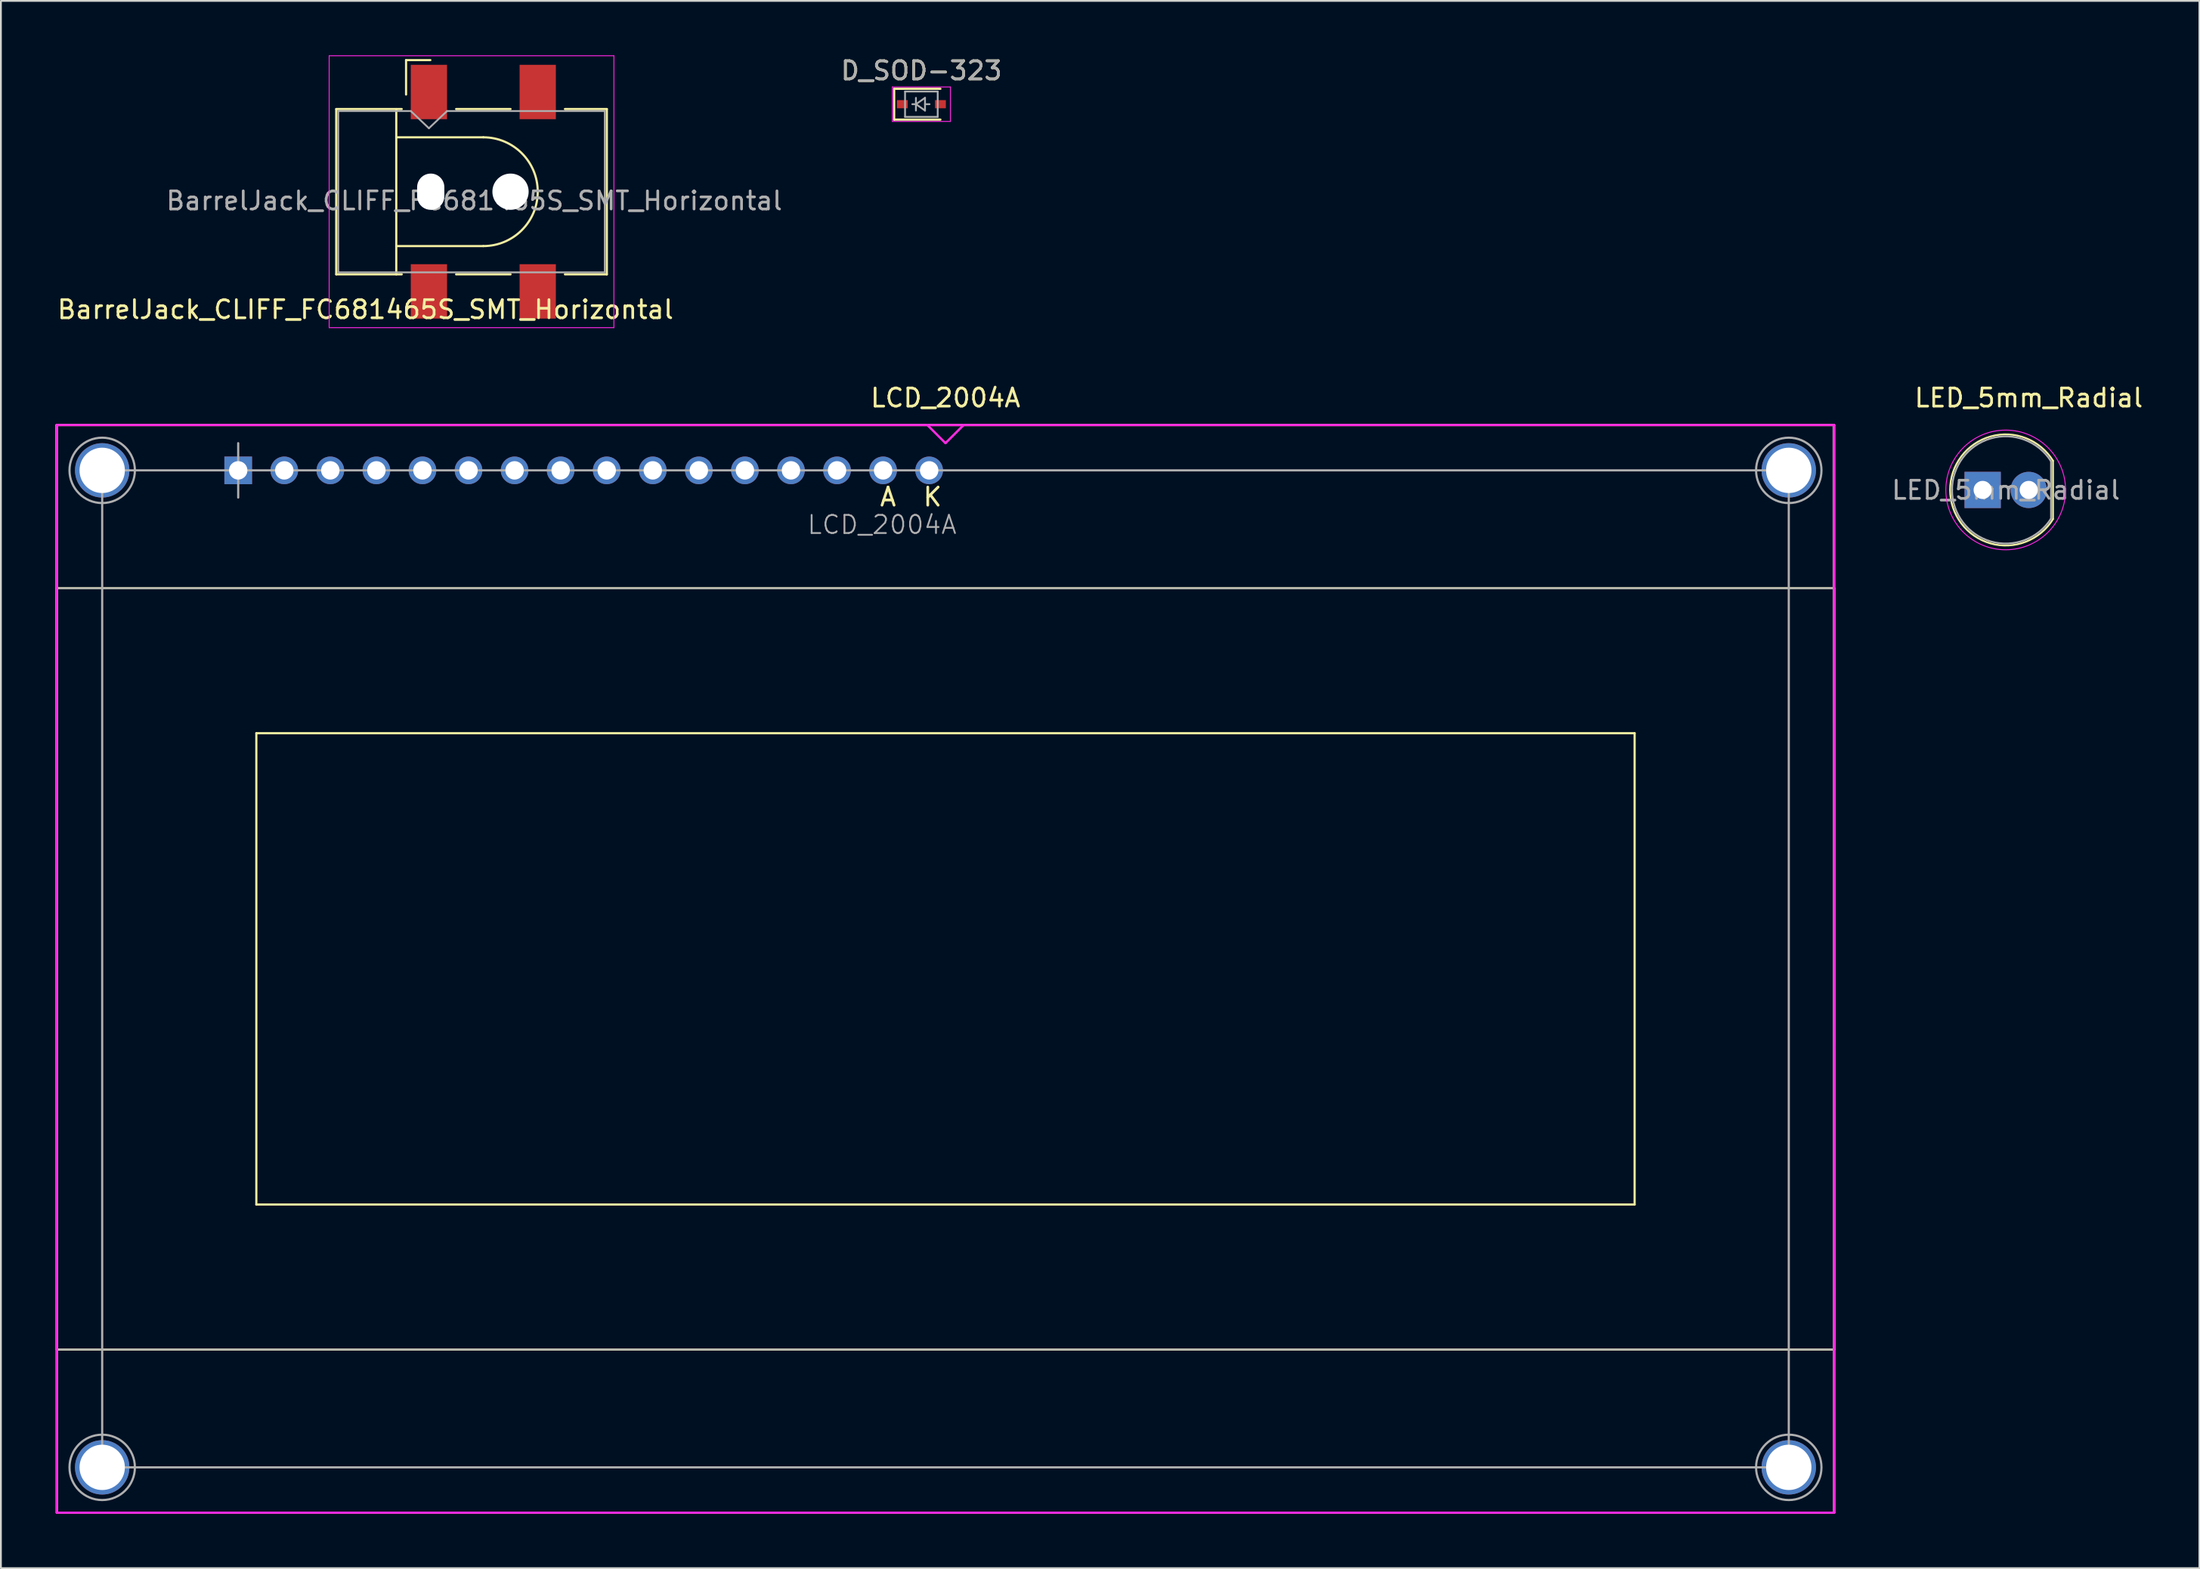
<source format=kicad_pcb>
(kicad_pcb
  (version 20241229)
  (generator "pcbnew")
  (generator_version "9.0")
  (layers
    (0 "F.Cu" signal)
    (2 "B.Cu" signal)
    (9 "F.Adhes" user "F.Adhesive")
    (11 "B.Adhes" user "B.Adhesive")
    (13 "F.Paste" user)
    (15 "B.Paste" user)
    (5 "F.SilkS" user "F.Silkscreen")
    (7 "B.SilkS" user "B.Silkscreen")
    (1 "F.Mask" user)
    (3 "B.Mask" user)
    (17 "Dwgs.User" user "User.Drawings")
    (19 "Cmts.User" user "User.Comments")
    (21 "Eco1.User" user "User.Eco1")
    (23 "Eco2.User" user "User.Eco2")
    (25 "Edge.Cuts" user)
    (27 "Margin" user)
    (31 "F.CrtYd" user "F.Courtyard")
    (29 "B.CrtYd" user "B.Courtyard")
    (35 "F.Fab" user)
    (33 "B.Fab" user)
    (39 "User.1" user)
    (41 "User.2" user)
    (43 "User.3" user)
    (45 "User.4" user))
  (footprint "BarrelJack_CLIFF_FC681465S_SMT_Horizontal"
    (layer "F.Cu")
    (at 23.601 7.525)
    (property "Reference" "BarrelJack_CLIFF_FC681465S_SMT_Horizontal" (at -6.5 6.5 180) (layer "F.SilkS") (effects (font (size 1 1) (thickness 0.15))))
    (attr smd)
    (fp_line (start -8.11 -4.56) (end -4.5 -4.56) (stroke (width 0.12) (type solid)) (layer "F.SilkS"))
    (fp_line (start -8.11 4.56) (end -8.11 -4.56) (stroke (width 0.12) (type solid)) (layer "F.SilkS"))
    (fp_line (start -8.11 4.56) (end -4.5 4.56) (stroke (width 0.12) (type solid)) (layer "F.SilkS"))
    (fp_line (start -4.8 -3) (end 0 -3) (stroke (width 0.12) (type solid)) (layer "F.SilkS"))
    (fp_line (start -4.8 3) (end 0 3) (stroke (width 0.12) (type solid)) (layer "F.SilkS"))
    (fp_line (start -4.8 4.56) (end -4.8 -4.56) (stroke (width 0.12) (type solid)) (layer "F.SilkS"))
    (fp_line (start -4.26 -7.26) (end -4.26 -5.36) (stroke (width 0.12) (type solid)) (layer "F.SilkS"))
    (fp_line (start -2.92 -7.26) (end -4.26 -7.26) (stroke (width 0.12) (type solid)) (layer "F.SilkS"))
    (fp_line (start -1.5 -4.56) (end 1.5 -4.56) (stroke (width 0.12) (type solid)) (layer "F.SilkS"))
    (fp_line (start -1.5 4.56) (end 1.5 4.56) (stroke (width 0.12) (type solid)) (layer "F.SilkS"))
    (fp_line (start 4.5 -4.56) (end 6.81 -4.56) (stroke (width 0.12) (type solid)) (layer "F.SilkS"))
    (fp_line (start 4.5 4.56) (end 6.81 4.56) (stroke (width 0.12) (type solid)) (layer "F.SilkS"))
    (fp_line (start 6.81 4.56) (end 6.81 -4.56) (stroke (width 0.12) (type solid)) (layer "F.SilkS"))
    (fp_arc (start 0 -3) (mid 3 0) (end 0 3) (stroke (width 0.12) (type solid)) (layer "F.SilkS"))
    (fp_line (start -8.5 -7.5) (end 7.2 -7.5) (stroke (width 0.05) (type solid)) (layer "F.CrtYd"))
    (fp_line (start -8.5 7.5) (end -8.5 -7.5) (stroke (width 0.05) (type solid)) (layer "F.CrtYd"))
    (fp_line (start -8.5 7.5) (end 7.2 7.5) (stroke (width 0.05) (type solid)) (layer "F.CrtYd"))
    (fp_line (start 7.2 7.5) (end 7.2 -7.5) (stroke (width 0.05) (type solid)) (layer "F.CrtYd"))
    (fp_line (start -8 -4.45) (end -4 -4.45) (stroke (width 0.1) (type solid)) (layer "F.Fab"))
    (fp_line (start -8 4.45) (end -8 -4.45) (stroke (width 0.1) (type solid)) (layer "F.Fab"))
    (fp_line (start -8 4.45) (end 6.7 4.45) (stroke (width 0.1) (type solid)) (layer "F.Fab"))
    (fp_line (start -4 -4.45) (end -3 -3.5) (stroke (width 0.1) (type solid)) (layer "F.Fab"))
    (fp_line (start -3 -3.5) (end -2 -4.45) (stroke (width 0.1) (type solid)) (layer "F.Fab"))
    (fp_line (start -2 -4.45) (end 6.7 -4.45) (stroke (width 0.1) (type solid)) (layer "F.Fab"))
    (fp_line (start 6.7 4.45) (end 6.7 -4.45) (stroke (width 0.1) (type solid)) (layer "F.Fab"))
    (fp_text user "${REFERENCE}" (at -0.5 0.5 180) (layer "F.Fab") (effects (font (size 1 1) (thickness 0.15))))
    (pad "" np_thru_hole oval (at -2.9 0 90) (size 2 1.5) (drill oval 2 1.5) (layers "*.Cu" "*.Mask"))
    (pad "" np_thru_hole circle (at 1.5 0 90) (size 2 2) (drill 2) (layers "*.Cu" "*.Mask"))
    (pad "1" smd rect (at 3 -5.5 90) (size 3 2) (layers "F.Cu" "F.Mask" "F.Paste"))
    (pad "2" smd rect (at 3 5.5 90) (size 3 2) (layers "F.Cu" "F.Mask" "F.Paste"))
    (pad "3" smd rect (at -3 5.5 90) (size 3 2) (layers "F.Cu" "F.Mask" "F.Paste"))
    (pad "4" smd rect (at -3 -5.5 90) (size 3 2) (layers "F.Cu" "F.Mask" "F.Paste")))
  (footprint "LED_5mm_Radial"
    (layer "F.Cu")
    (at 108.816 23.978)
    (property "Reference" "LED_5mm_Radial" (at 0 -5.08 0) (layer "F.SilkS") (effects (font (size 1 1) (thickness 0.15))))
    (attr through_hole)
    (fp_line (start 1.34 1.6) (end 1.34 -1.61) (stroke (width 0.1) (type solid)) (layer "F.SilkS"))
    (fp_arc (start 1.341718 1.607211) (mid -4.336626 0.001638) (end 1.34 -1.61) (stroke (width 0.1) (type solid)) (layer "F.SilkS"))
    (fp_circle (center -1.27 0) (end -4.57 0) (stroke (width 0.05) (type solid)) (fill no) (layer "F.CrtYd"))
    (fp_line (start -4.22 -0.01) (end -4.22 -0.01) (stroke (width 0.1) (type solid)) (layer "F.Fab"))
    (fp_line (start 1.23 -1.58) (end 1.23 1.58) (stroke (width 0.1) (type solid)) (layer "F.Fab"))
    (fp_arc (start 1.23 1.58) (mid -4.227431 0) (end 1.23 -1.58) (stroke (width 0.1) (type solid)) (layer "F.Fab"))
    (fp_text user "${REFERENCE}" (at -1.26 0.01 0) (layer "F.Fab") (effects (font (size 1 1) (thickness 0.15))))
    (pad "1" thru_hole rect (at -2.54 0) (size 2 2) (drill 1) (layers "*.Cu" "*.Mask"))
    (pad "2" thru_hole circle (at 0 0) (size 2 2) (drill 1) (layers "*.Cu" "*.Mask")))
  (footprint "D_SOD-323"
    (layer "F.Cu")
    (at 47.756 2.698)
    (property "Reference" "D_SOD-323" (at 0 -1.85 0) (layer "F.SilkS") (effects (font (size 1 1) (thickness 0.15))))
    (attr smd)
    (fp_line (start -1.5 -0.85) (end -1.5 0.85) (stroke (width 0.12) (type solid)) (layer "F.SilkS"))
    (fp_line (start -1.5 -0.85) (end 1.05 -0.85) (stroke (width 0.12) (type solid)) (layer "F.SilkS"))
    (fp_line (start -1.5 0.85) (end 1.05 0.85) (stroke (width 0.12) (type solid)) (layer "F.SilkS"))
    (fp_line (start -1.6 -0.95) (end -1.6 0.95) (stroke (width 0.05) (type solid)) (layer "F.CrtYd"))
    (fp_line (start -1.6 -0.95) (end 1.6 -0.95) (stroke (width 0.05) (type solid)) (layer "F.CrtYd"))
    (fp_line (start -1.6 0.95) (end 1.6 0.95) (stroke (width 0.05) (type solid)) (layer "F.CrtYd"))
    (fp_line (start 1.6 -0.95) (end 1.6 0.95) (stroke (width 0.05) (type solid)) (layer "F.CrtYd"))
    (fp_line (start -0.9 -0.7) (end 0.9 -0.7) (stroke (width 0.1) (type solid)) (layer "F.Fab"))
    (fp_line (start -0.9 0.7) (end -0.9 -0.7) (stroke (width 0.1) (type solid)) (layer "F.Fab"))
    (fp_line (start -0.3 -0.35) (end -0.3 0.35) (stroke (width 0.1) (type solid)) (layer "F.Fab"))
    (fp_line (start -0.3 0) (end -0.5 0) (stroke (width 0.1) (type solid)) (layer "F.Fab"))
    (fp_line (start -0.3 0) (end 0.2 -0.35) (stroke (width 0.1) (type solid)) (layer "F.Fab"))
    (fp_line (start 0.2 -0.35) (end 0.2 0.35) (stroke (width 0.1) (type solid)) (layer "F.Fab"))
    (fp_line (start 0.2 0) (end 0.45 0) (stroke (width 0.1) (type solid)) (layer "F.Fab"))
    (fp_line (start 0.2 0.35) (end -0.3 0) (stroke (width 0.1) (type solid)) (layer "F.Fab"))
    (fp_line (start 0.9 -0.7) (end 0.9 0.7) (stroke (width 0.1) (type solid)) (layer "F.Fab"))
    (fp_line (start 0.9 0.7) (end -0.9 0.7) (stroke (width 0.1) (type solid)) (layer "F.Fab"))
    (fp_text user "${REFERENCE}" (at 0 -1.85 0) (layer "F.Fab") (effects (font (size 1 1) (thickness 0.15))))
    (pad "A" smd rect (at 1.05 0) (size 0.6 0.45) (layers "F.Cu" "F.Mask" "F.Paste"))
    (pad "K" smd rect (at -1.05 0) (size 0.6 0.45) (layers "F.Cu" "F.Mask" "F.Paste")))
  (footprint "LCD_2004A"
    (layer "F.Cu")
    (at 49.085 50.398)
    (property "Reference" "LCD_2004A" (at 0 -31.5 180) (layer "F.SilkS") (effects (font (size 1 1) (thickness 0.15))))
    (attr through_hole)
    (fp_line (start -49 -30) (end -49 30) (stroke (width 0.12) (type solid)) (layer "F.SilkS"))
    (fp_line (start -49 -21) (end -49 21) (stroke (width 0.12) (type solid)) (layer "F.SilkS"))
    (fp_line (start -49 21) (end 49 21) (stroke (width 0.12) (type solid)) (layer "F.SilkS"))
    (fp_line (start -49 30) (end 49 30) (stroke (width 0.12) (type solid)) (layer "F.SilkS"))
    (fp_line (start -38 -13) (end -38 13) (stroke (width 0.12) (type solid)) (layer "F.SilkS"))
    (fp_line (start -38 13) (end 38 13) (stroke (width 0.12) (type solid)) (layer "F.SilkS"))
    (fp_line (start 32 30) (end -30 30) (stroke (width 0.12) (type solid)) (layer "F.SilkS"))
    (fp_line (start 38 -13) (end -38 -13) (stroke (width 0.12) (type solid)) (layer "F.SilkS"))
    (fp_line (start 38 13) (end 38 -13) (stroke (width 0.12) (type solid)) (layer "F.SilkS"))
    (fp_line (start 49 -30) (end -49 -30) (stroke (width 0.12) (type solid)) (layer "F.SilkS"))
    (fp_line (start 49 -21) (end -49 -21) (stroke (width 0.12) (type solid)) (layer "F.SilkS"))
    (fp_line (start 49 21) (end 49 -21) (stroke (width 0.12) (type solid)) (layer "F.SilkS"))
    (fp_line (start 49 30) (end 49 -30) (stroke (width 0.12) (type solid)) (layer "F.SilkS"))
    (fp_line (start -49 -30) (end -49 30) (stroke (width 0.12) (type solid)) (layer "F.CrtYd"))
    (fp_line (start -49 30) (end 49 30) (stroke (width 0.12) (type solid)) (layer "F.CrtYd"))
    (fp_line (start -1 -30) (end 0 -29) (stroke (width 0.12) (type solid)) (layer "F.CrtYd"))
    (fp_line (start 0 -29) (end 1 -30) (stroke (width 0.12) (type solid)) (layer "F.CrtYd"))
    (fp_line (start 49 -30) (end -49 -30) (stroke (width 0.12) (type solid)) (layer "F.CrtYd"))
    (fp_line (start 49 30) (end 49 -30) (stroke (width 0.12) (type solid)) (layer "F.CrtYd"))
    (fp_line (start -49.025 -29.997) (end -49 30) (stroke (width 0.12) (type solid)) (layer "F.Fab"))
    (fp_line (start -49.025 -29.997) (end 48.975 -29.997) (stroke (width 0.1) (type solid)) (layer "F.Fab"))
    (fp_line (start -49 30) (end 49 30) (stroke (width 0.1) (type solid)) (layer "F.Fab"))
    (fp_line (start -46.5 -27.5) (end -46.5 27.5) (stroke (width 0.12) (type solid)) (layer "F.Fab"))
    (fp_line (start -46.5 27.5) (end 46.5 27.5) (stroke (width 0.12) (type solid)) (layer "F.Fab"))
    (fp_line (start -39 -29) (end -39 -26) (stroke (width 0.12) (type solid)) (layer "F.Fab"))
    (fp_line (start 0 -29) (end -1 -30) (stroke (width 0.1) (type solid)) (layer "F.Fab"))
    (fp_line (start 1 -30) (end 0 -29) (stroke (width 0.1) (type solid)) (layer "F.Fab"))
    (fp_line (start 46.5 -27.5) (end -46.5 -27.5) (stroke (width 0.12) (type solid)) (layer "F.Fab"))
    (fp_line (start 46.5 27.5) (end 46.5 -27.5) (stroke (width 0.12) (type solid)) (layer "F.Fab"))
    (fp_line (start 48.975 -29.997) (end 49 30) (stroke (width 0.12) (type solid)) (layer "F.Fab"))
    (fp_circle (center -46.5 -27.5) (end -45 -26.5) (stroke (width 0.12) (type solid)) (fill no) (layer "F.Fab"))
    (fp_circle (center -46.5 27.5) (end -45 28.5) (stroke (width 0.12) (type solid)) (fill no) (layer "F.Fab"))
    (fp_circle (center 46.5 -27.5) (end 47.5 -26) (stroke (width 0.12) (type solid)) (fill no) (layer "F.Fab"))
    (fp_circle (center 46.5 27.5) (end 47.5 29) (stroke (width 0.12) (type solid)) (fill no) (layer "F.Fab"))
    (fp_poly (pts (xy 49 21) (xy -49 21) (xy -49 -21) (xy 49 -21)) (stroke (width 0.1) (type solid)) (fill no) (layer "F.Fab"))
    (fp_text user "A  K" (at -1.905 -26.035 0) (layer "F.SilkS") (effects (font (size 1 1) (thickness 0.15))))
    (fp_text user "${REFERENCE}" (at -3.5 -24.5 180) (layer "F.Fab") (effects (font (size 1 1) (thickness 0.1))))
    (pad "" np_thru_hole circle (at -46.5 -27.5) (size 3 3) (drill 2.5) (layers "*.Cu" "*.Mask"))
    (pad "" np_thru_hole circle (at -46.5 27.5) (size 3 3) (drill 2.5) (layers "*.Cu" "*.Mask"))
    (pad "" np_thru_hole circle (at 46.5 -27.5) (size 3 3) (drill 2.5) (layers "*.Cu" "*.Mask"))
    (pad "" np_thru_hole circle (at 46.5 27.5) (size 3 3) (drill 2.5) (layers "*.Cu" "*.Mask"))
    (pad "1" thru_hole rect (at -39 -27.5 180) (size 1.524 1.524) (drill 1.016) (layers "*.Cu" "*.Mask"))
    (pad "2" thru_hole circle (at -36.46 -27.5 180) (size 1.524 1.524) (drill 1.016) (layers "*.Cu" "*.Mask"))
    (pad "3" thru_hole circle (at -33.92 -27.5 180) (size 1.524 1.524) (drill 1.016) (layers "*.Cu" "*.Mask"))
    (pad "4" thru_hole circle (at -31.38 -27.5 180) (size 1.524 1.524) (drill 1.016) (layers "*.Cu" "*.Mask"))
    (pad "5" thru_hole circle (at -28.84 -27.5 180) (size 1.524 1.524) (drill 1.016) (layers "*.Cu" "*.Mask"))
    (pad "6" thru_hole circle (at -26.3 -27.5 180) (size 1.524 1.524) (drill 1.016) (layers "*.Cu" "*.Mask"))
    (pad "7" thru_hole circle (at -23.76 -27.5 180) (size 1.524 1.524) (drill 1.016) (layers "*.Cu" "*.Mask"))
    (pad "8" thru_hole circle (at -21.22 -27.5 180) (size 1.524 1.524) (drill 1.016) (layers "*.Cu" "*.Mask"))
    (pad "9" thru_hole circle (at -18.68 -27.5 180) (size 1.524 1.524) (drill 1.016) (layers "*.Cu" "*.Mask"))
    (pad "10" thru_hole circle (at -16.14 -27.5 180) (size 1.524 1.524) (drill 1.016) (layers "*.Cu" "*.Mask"))
    (pad "11" thru_hole circle (at -13.6 -27.5 180) (size 1.524 1.524) (drill 1.016) (layers "*.Cu" "*.Mask"))
    (pad "12" thru_hole circle (at -11.06 -27.5 180) (size 1.524 1.524) (drill 1.016) (layers "*.Cu" "*.Mask"))
    (pad "13" thru_hole circle (at -8.52 -27.5 180) (size 1.524 1.524) (drill 1.016) (layers "*.Cu" "*.Mask"))
    (pad "14" thru_hole circle (at -5.98 -27.5 180) (size 1.524 1.524) (drill 1.016) (layers "*.Cu" "*.Mask"))
    (pad "15" thru_hole circle (at -3.44 -27.5 180) (size 1.524 1.524) (drill 1.016) (layers "*.Cu" "*.Mask"))
    (pad "16" thru_hole circle (at -0.9 -27.5 180) (size 1.524 1.524) (drill 1.016) (layers "*.Cu" "*.Mask")))
  (gr_rect
    (start -3 -3)
    (end 118.227 83.458)
    (stroke (width 0.1) (type default))
    (fill no)
    (layer "Edge.Cuts")))
</source>
